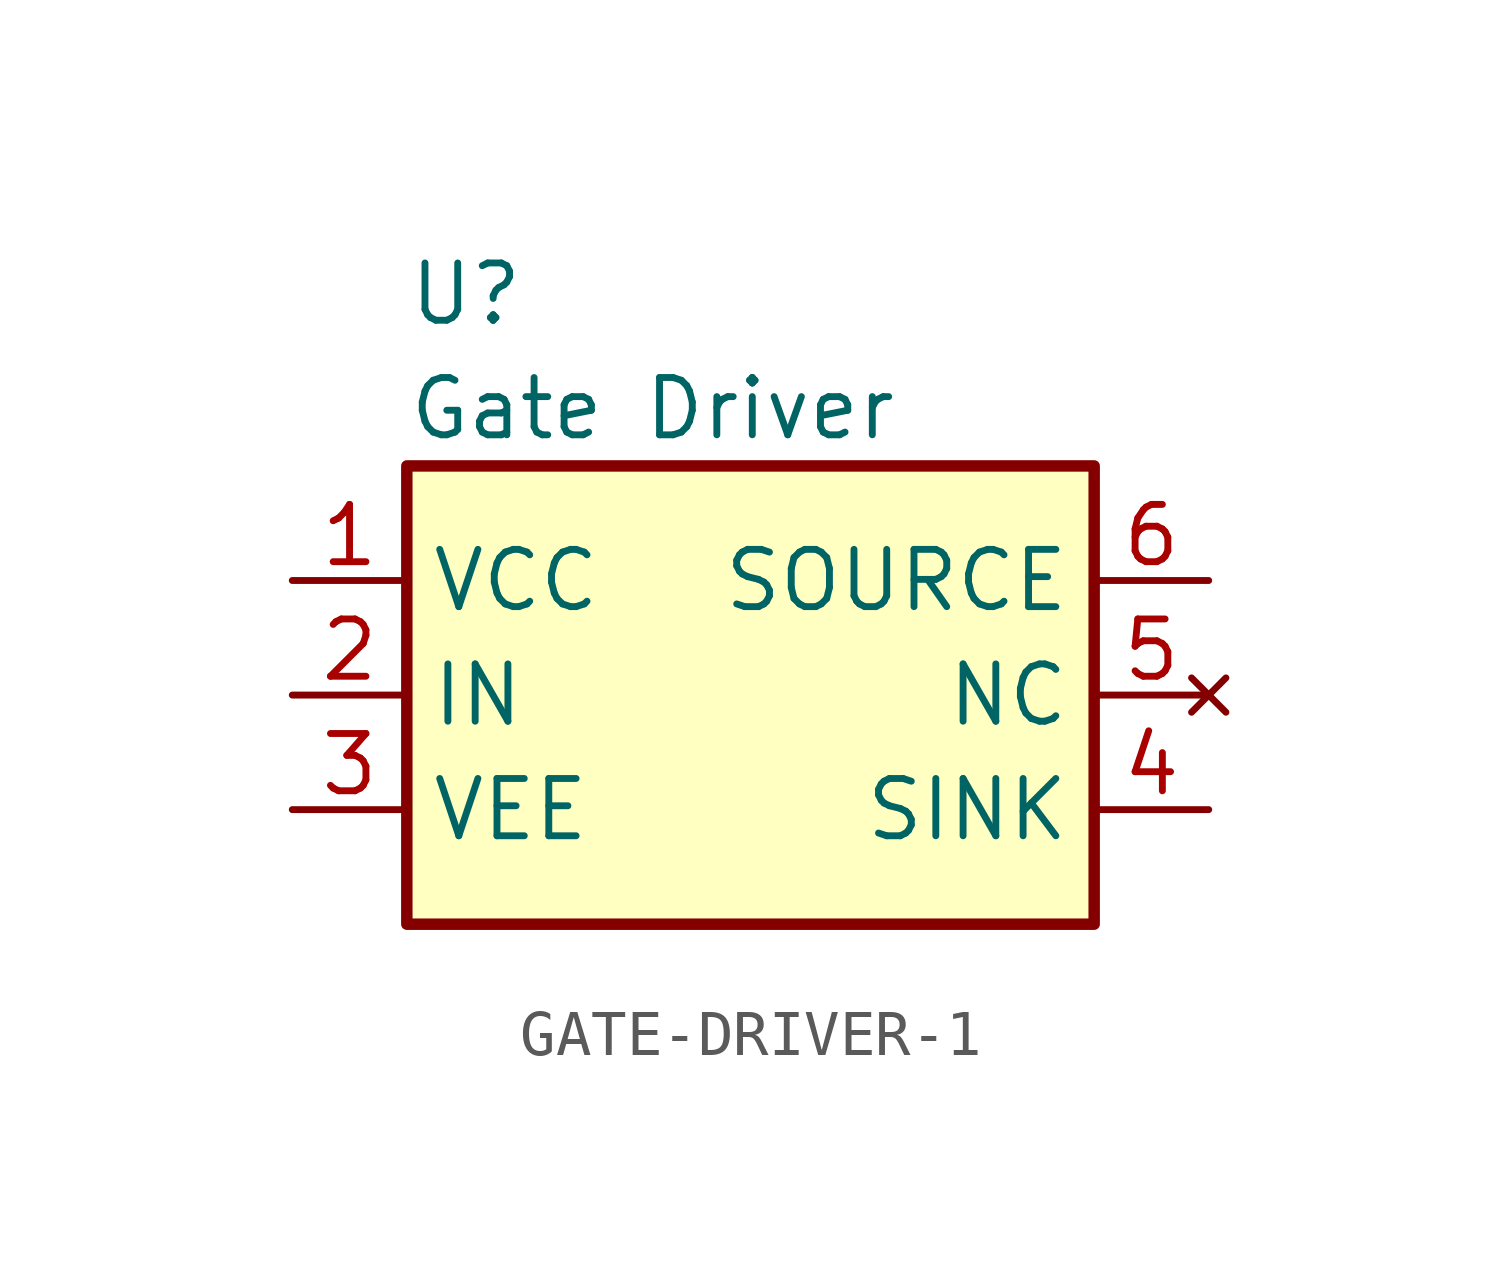
<source format=kicad_sym>
(kicad_symbol_lib
  (version 20220914)
  (generator kicad_symbol_editor)
  (symbol "GATE-DRIVER-1"
    (property "Reference" "U"
      (at -7.62 8.89 0)
      (effects (font (size 1.27 1.27)) (justify left)))
    (property "Value" "Gate Driver"
      (at -7.62 6.35 0)
      (effects (font (size 1.27 1.27)) (justify left)))
    (property "Manufacturer" ""
      (at 0 0 0)
      (effects (font (size 1.27 1.27)) (justify left)))
    (property "Manufacturer Part Number" ""
      (at 0 0 0)
      (effects (font (size 1.27 1.27)) (justify left)))
    (symbol "GATE-DRIVER-1_0_1"
      (rectangle (start -7.62 5.08) (end 7.62 -5.08) (stroke (width 0.254) (type default)) (fill (type background))))
    (symbol "GATE-DRIVER-1_1_1"
      (pin passive line (at -10.16 2.54 0) (length 2.54) (name "VCC" (effects (font (size 1.27 1.27)))) (number "1" (effects (font (size 1.27 1.27)))))
      (pin passive line (at -10.16 0 0) (length 2.54) (name "IN" (effects (font (size 1.27 1.27)))) (number "2" (effects (font (size 1.27 1.27)))))
      (pin passive line (at -10.16 -2.54 0) (length 2.54) (name "VEE" (effects (font (size 1.27 1.27)))) (number "3" (effects (font (size 1.27 1.27)))))
      (pin passive line (at 10.16 -2.54 180) (length 2.54) (name "SINK" (effects (font (size 1.27 1.27)))) (number "4" (effects (font (size 1.27 1.27)))))
      (pin no_connect line (at 10.16 0 180) (length 2.54) (name "NC" (effects (font (size 1.27 1.27)))) (number "5" (effects (font (size 1.27 1.27)))))
      (pin passive line (at 10.16 2.54 180) (length 2.54) (name "SOURCE" (effects (font (size 1.27 1.27)))) (number "6" (effects (font (size 1.27 1.27))))))))
</source>
